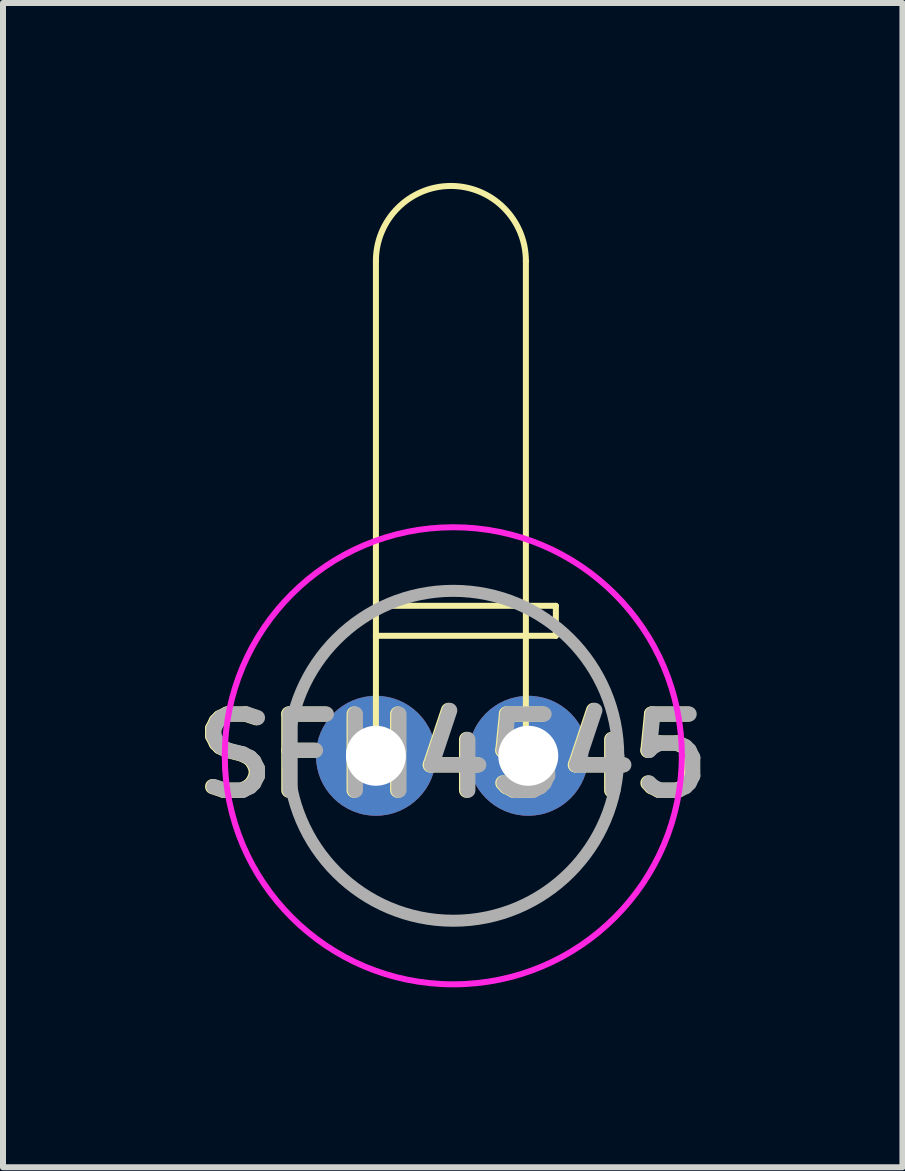
<source format=kicad_pcb>
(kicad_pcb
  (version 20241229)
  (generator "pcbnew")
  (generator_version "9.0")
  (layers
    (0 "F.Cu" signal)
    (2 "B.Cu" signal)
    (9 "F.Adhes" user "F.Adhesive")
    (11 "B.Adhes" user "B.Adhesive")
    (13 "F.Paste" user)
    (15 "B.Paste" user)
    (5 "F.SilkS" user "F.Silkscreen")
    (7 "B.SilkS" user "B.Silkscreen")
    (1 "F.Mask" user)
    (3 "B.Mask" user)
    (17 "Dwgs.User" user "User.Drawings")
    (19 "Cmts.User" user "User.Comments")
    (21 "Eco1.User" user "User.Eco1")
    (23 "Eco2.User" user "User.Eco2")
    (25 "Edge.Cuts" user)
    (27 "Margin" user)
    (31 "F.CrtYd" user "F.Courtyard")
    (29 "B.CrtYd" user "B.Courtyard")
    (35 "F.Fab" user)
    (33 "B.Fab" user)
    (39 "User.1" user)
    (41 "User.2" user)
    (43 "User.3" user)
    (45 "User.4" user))
  (footprint "SFH4545"
    (layer "F.Cu")
    (at 3.237 9.55)
    (property "Reference" "SFH4545" (at 1.25 0 0) (layer "F.SilkS") (effects (font (size 1.27 1.27) (thickness 0.254))))
    (attr through_hole)
    (fp_line (start -1.5 0) (end -1.5 0) (stroke (width 0.1) (type solid)) (layer "F.SilkS"))
    (fp_line (start -0.02 -8.25) (end -0.02 -2) (stroke (width 0.1) (type default)) (layer "F.SilkS"))
    (fp_line (start -0.02 -2) (end -0.02 0) (stroke (width 0.1) (type default)) (layer "F.SilkS"))
    (fp_line (start -0.02 -2) (end 2.98 -2) (stroke (width 0.1) (type default)) (layer "F.SilkS"))
    (fp_line (start 2.48 -8.25) (end 2.48 -2) (stroke (width 0.1) (type default)) (layer "F.SilkS"))
    (fp_line (start 2.48 0) (end 2.48 -2) (stroke (width 0.1) (type default)) (layer "F.SilkS"))
    (fp_line (start 2.98 -2.5) (end -0.02 -2.5) (stroke (width 0.1) (type default)) (layer "F.SilkS"))
    (fp_line (start 2.98 -2) (end 2.98 -2.5) (stroke (width 0.1) (type default)) (layer "F.SilkS"))
    (fp_line (start 4 0) (end 4 0) (stroke (width 0.1) (type solid)) (layer "F.SilkS"))
    (fp_arc (start -1.5 0) (mid 1.25 -2.75) (end 4 0) (stroke (width 0.1) (type solid)) (layer "F.SilkS"))
    (fp_arc (start -0.02 -8.25) (mid 1.23 -9.5) (end 2.48 -8.25) (stroke (width 0.1) (type default)) (layer "F.SilkS"))
    (fp_arc (start 4 0) (mid 1.25 2.75) (end -1.5 0) (stroke (width 0.1) (type solid)) (layer "F.SilkS"))
    (fp_line (start -2.54 0) (end -2.54 0) (stroke (width 0.1) (type solid)) (layer "F.CrtYd"))
    (fp_line (start 5.08 0) (end 5.08 0) (stroke (width 0.1) (type solid)) (layer "F.CrtYd"))
    (fp_arc (start -2.54 0) (mid 1.27 -3.81) (end 5.08 0) (stroke (width 0.1) (type solid)) (layer "F.CrtYd"))
    (fp_arc (start 5.08 0) (mid 1.27 3.81) (end -2.54 0) (stroke (width 0.1) (type solid)) (layer "F.CrtYd"))
    (fp_line (start -1.48 0) (end -1.48 0) (stroke (width 0.2) (type solid)) (layer "F.Fab"))
    (fp_line (start 4.02 0) (end 4.02 0) (stroke (width 0.2) (type solid)) (layer "F.Fab"))
    (fp_arc (start -1.48 0) (mid 1.27 -2.75) (end 4.02 0) (stroke (width 0.2) (type solid)) (layer "F.Fab"))
    (fp_arc (start 4.02 0) (mid 1.27 2.75) (end -1.48 0) (stroke (width 0.2) (type solid)) (layer "F.Fab"))
    (fp_text user "${REFERENCE}" (at 1.27 0 0) (layer "F.Fab") (effects (font (size 1.27 1.27) (thickness 0.254))))
    (pad "1" thru_hole circle (at -0.02 0) (size 2 2) (drill 1) (layers "*.Cu" "*.Mask"))
    (pad "2" thru_hole circle (at 2.52 0) (size 2 2) (drill 1) (layers "*.Cu" "*.Mask")))
  (gr_rect
    (start -3 -3)
    (end 11.995 16.41)
    (stroke (width 0.1) (type default))
    (fill no)
    (layer "Edge.Cuts")))
</source>
